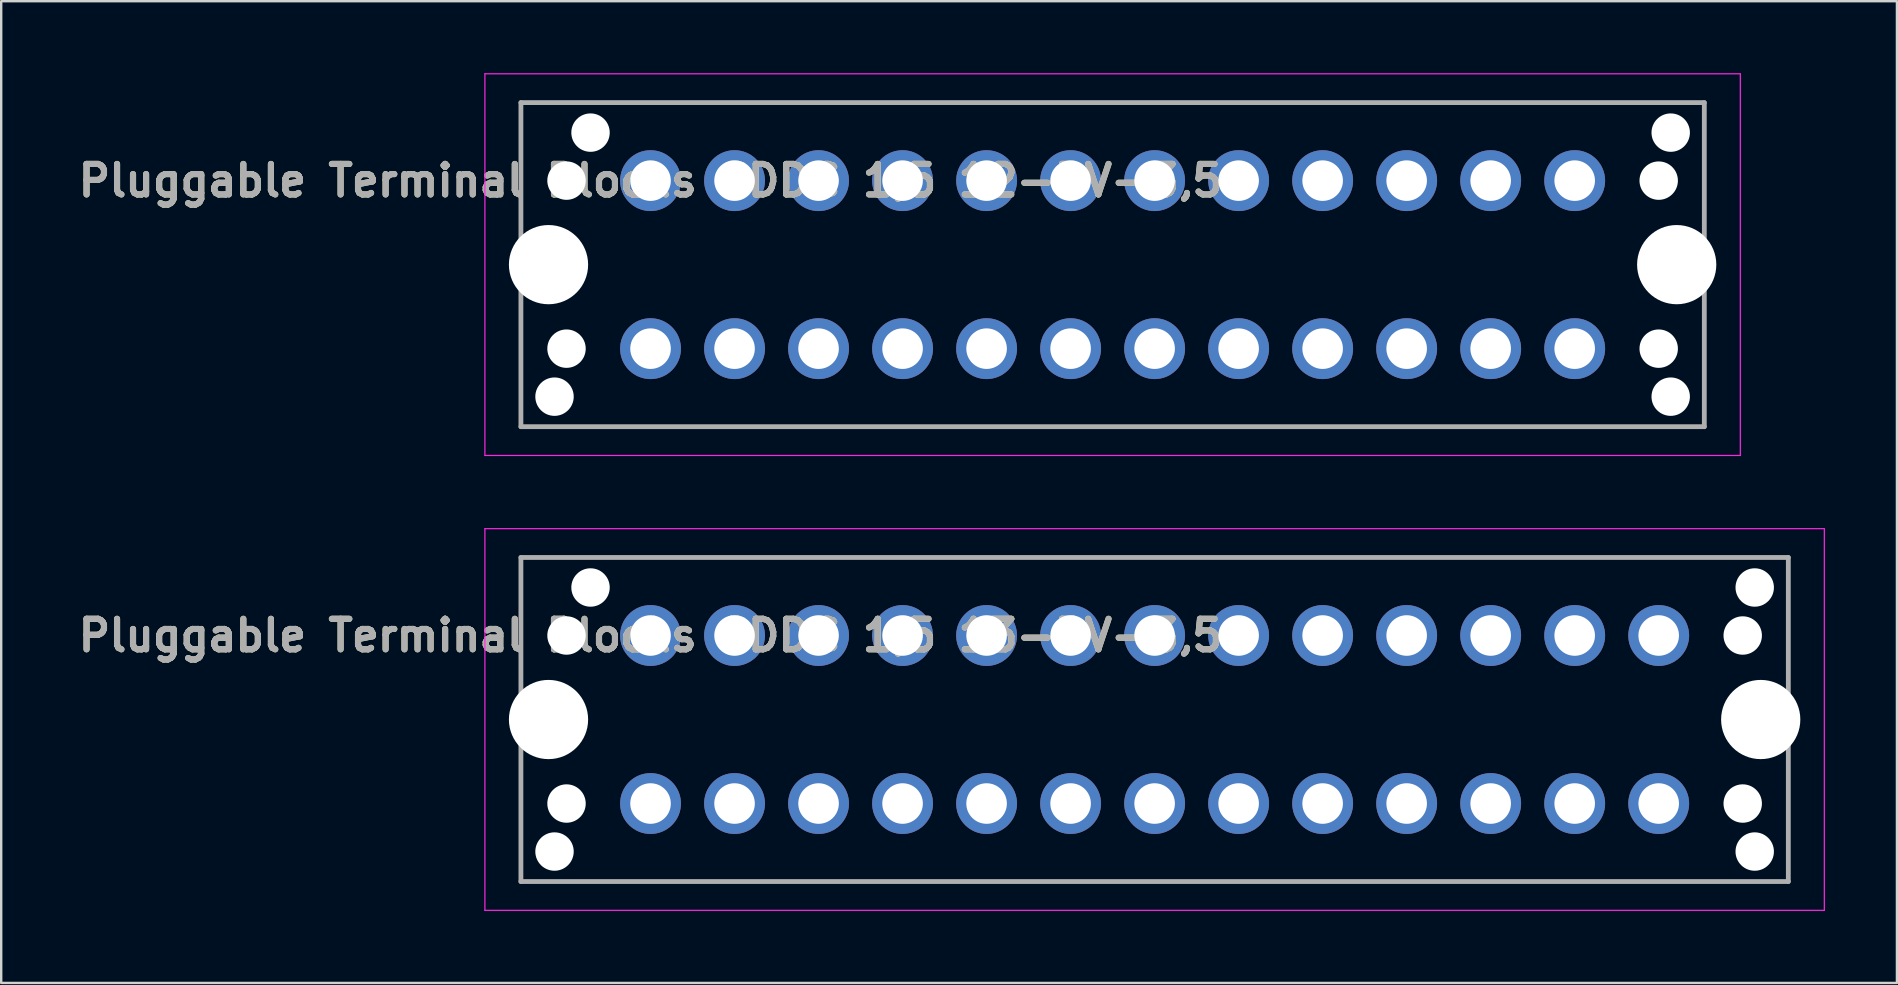
<source format=kicad_pcb>
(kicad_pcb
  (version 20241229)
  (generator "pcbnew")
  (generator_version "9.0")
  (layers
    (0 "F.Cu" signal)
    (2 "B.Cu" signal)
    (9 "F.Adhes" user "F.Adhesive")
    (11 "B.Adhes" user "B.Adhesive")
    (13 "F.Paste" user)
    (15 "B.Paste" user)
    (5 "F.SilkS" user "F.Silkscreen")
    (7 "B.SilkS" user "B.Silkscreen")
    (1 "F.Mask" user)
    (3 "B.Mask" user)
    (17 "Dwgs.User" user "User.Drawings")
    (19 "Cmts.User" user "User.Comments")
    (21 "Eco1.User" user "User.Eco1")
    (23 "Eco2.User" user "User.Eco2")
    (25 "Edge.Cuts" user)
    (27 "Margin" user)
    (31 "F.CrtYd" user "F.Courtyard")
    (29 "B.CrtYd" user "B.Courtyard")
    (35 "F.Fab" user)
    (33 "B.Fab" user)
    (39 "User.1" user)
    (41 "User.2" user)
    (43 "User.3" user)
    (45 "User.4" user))
  (footprint "Pluggable Terminal Blocks SDDC 1,5 12-PV-3,5"
    (layer "F.Cu")
    (at 24.051 4.475)
    (property "Reference" "Pluggable Terminal Blocks SDDC 1,5 12-PV-3,5" (at 0 0 0) (layer "F.SilkS") (effects (font (size 1.27 1.27) (thickness 0.254))))
    (attr through_hole)
    (fp_line (start -5.4 -3.25) (end 43.9 -3.25) (stroke (width 0.1) (type solid)) (layer "F.SilkS"))
    (fp_line (start 43.9 10.25) (end -5.4 10.25) (stroke (width 0.1) (type solid)) (layer "F.SilkS"))
    (fp_line (start -6.9 -4.45) (end 45.4 -4.45) (stroke (width 0.05) (type solid)) (layer "F.CrtYd"))
    (fp_line (start -6.9 11.45) (end -6.9 -4.45) (stroke (width 0.05) (type solid)) (layer "F.CrtYd"))
    (fp_line (start 45.4 -4.45) (end 45.4 11.45) (stroke (width 0.05) (type solid)) (layer "F.CrtYd"))
    (fp_line (start 45.4 11.45) (end -6.9 11.45) (stroke (width 0.05) (type solid)) (layer "F.CrtYd"))
    (fp_line (start -5.4 -3.25) (end 43.9 -3.25) (stroke (width 0.2) (type solid)) (layer "F.Fab"))
    (fp_line (start -5.4 10.25) (end -5.4 -3.25) (stroke (width 0.2) (type solid)) (layer "F.Fab"))
    (fp_line (start 43.9 -3.25) (end 43.9 10.25) (stroke (width 0.2) (type solid)) (layer "F.Fab"))
    (fp_line (start 43.9 10.25) (end -5.4 10.25) (stroke (width 0.2) (type solid)) (layer "F.Fab"))
    (fp_text user "${REFERENCE}" (at 0 0 0) (layer "F.Fab") (effects (font (size 1.27 1.27) (thickness 0.254))))
    (pad "" np_thru_hole circle (at -4.25 3.5) (size 3.3 3.3) (drill 3.3) (layers "*.Cu" "*.Mask"))
    (pad "" np_thru_hole circle (at -4 9) (size 1.6 1.6) (drill 1.6) (layers "*.Cu" "*.Mask"))
    (pad "" np_thru_hole circle (at -3.5 0) (size 1.6 1.6) (drill 1.6) (layers "*.Cu" "*.Mask"))
    (pad "" np_thru_hole circle (at -3.5 7) (size 1.6 1.6) (drill 1.6) (layers "*.Cu" "*.Mask"))
    (pad "" np_thru_hole circle (at -2.5 -2) (size 1.6 1.6) (drill 1.6) (layers "*.Cu" "*.Mask"))
    (pad "" np_thru_hole circle (at 42 0) (size 1.6 1.6) (drill 1.6) (layers "*.Cu" "*.Mask"))
    (pad "" np_thru_hole circle (at 42 7) (size 1.6 1.6) (drill 1.6) (layers "*.Cu" "*.Mask"))
    (pad "" np_thru_hole circle (at 42.5 -2) (size 1.6 1.6) (drill 1.6) (layers "*.Cu" "*.Mask"))
    (pad "" np_thru_hole circle (at 42.5 9) (size 1.6 1.6) (drill 1.6) (layers "*.Cu" "*.Mask"))
    (pad "" np_thru_hole circle (at 42.75 3.5) (size 3.3 3.3) (drill 3.3) (layers "*.Cu" "*.Mask"))
    (pad "1" thru_hole circle (at 0 0) (size 2.535 2.535) (drill 1.69) (layers "*.Cu" "*.Mask"))
    (pad "2" thru_hole circle (at 3.5 0) (size 2.535 2.535) (drill 1.69) (layers "*.Cu" "*.Mask"))
    (pad "3" thru_hole circle (at 7 0) (size 2.535 2.535) (drill 1.69) (layers "*.Cu" "*.Mask"))
    (pad "4" thru_hole circle (at 10.5 0) (size 2.535 2.535) (drill 1.69) (layers "*.Cu" "*.Mask"))
    (pad "5" thru_hole circle (at 14 0) (size 2.535 2.535) (drill 1.69) (layers "*.Cu" "*.Mask"))
    (pad "6" thru_hole circle (at 17.5 0) (size 2.535 2.535) (drill 1.69) (layers "*.Cu" "*.Mask"))
    (pad "7" thru_hole circle (at 21 0) (size 2.535 2.535) (drill 1.69) (layers "*.Cu" "*.Mask"))
    (pad "8" thru_hole circle (at 24.5 0) (size 2.535 2.535) (drill 1.69) (layers "*.Cu" "*.Mask"))
    (pad "9" thru_hole circle (at 28 0) (size 2.535 2.535) (drill 1.69) (layers "*.Cu" "*.Mask"))
    (pad "10" thru_hole circle (at 31.5 0) (size 2.535 2.535) (drill 1.69) (layers "*.Cu" "*.Mask"))
    (pad "11" thru_hole circle (at 35 0) (size 2.535 2.535) (drill 1.69) (layers "*.Cu" "*.Mask"))
    (pad "12" thru_hole circle (at 38.5 0) (size 2.535 2.535) (drill 1.69) (layers "*.Cu" "*.Mask"))
    (pad "13" thru_hole circle (at 0 7) (size 2.535 2.535) (drill 1.69) (layers "*.Cu" "*.Mask"))
    (pad "14" thru_hole circle (at 3.5 7) (size 2.535 2.535) (drill 1.69) (layers "*.Cu" "*.Mask"))
    (pad "15" thru_hole circle (at 7 7) (size 2.535 2.535) (drill 1.69) (layers "*.Cu" "*.Mask"))
    (pad "16" thru_hole circle (at 10.5 7) (size 2.535 2.535) (drill 1.69) (layers "*.Cu" "*.Mask"))
    (pad "17" thru_hole circle (at 14 7) (size 2.535 2.535) (drill 1.69) (layers "*.Cu" "*.Mask"))
    (pad "18" thru_hole circle (at 17.5 7) (size 2.535 2.535) (drill 1.69) (layers "*.Cu" "*.Mask"))
    (pad "19" thru_hole circle (at 21 7) (size 2.535 2.535) (drill 1.69) (layers "*.Cu" "*.Mask"))
    (pad "20" thru_hole circle (at 24.5 7) (size 2.535 2.535) (drill 1.69) (layers "*.Cu" "*.Mask"))
    (pad "21" thru_hole circle (at 28 7) (size 2.535 2.535) (drill 1.69) (layers "*.Cu" "*.Mask"))
    (pad "22" thru_hole circle (at 31.5 7) (size 2.535 2.535) (drill 1.69) (layers "*.Cu" "*.Mask"))
    (pad "23" thru_hole circle (at 35 7) (size 2.535 2.535) (drill 1.69) (layers "*.Cu" "*.Mask"))
    (pad "24" thru_hole circle (at 38.5 7) (size 2.535 2.535) (drill 1.69) (layers "*.Cu" "*.Mask")))
  (footprint "Pluggable Terminal Blocks SDDC 1,5 13-PV-3,5"
    (layer "F.Cu")
    (at 24.051 23.425)
    (property "Reference" "Pluggable Terminal Blocks SDDC 1,5 13-PV-3,5" (at 0 0 0) (layer "F.SilkS") (effects (font (size 1.27 1.27) (thickness 0.254))))
    (attr through_hole)
    (fp_line (start -5.4 -3.25) (end 47.4 -3.25) (stroke (width 0.1) (type solid)) (layer "F.SilkS"))
    (fp_line (start 47.4 10.25) (end -5.4 10.25) (stroke (width 0.1) (type solid)) (layer "F.SilkS"))
    (fp_line (start -6.9 -4.45) (end 48.9 -4.45) (stroke (width 0.05) (type solid)) (layer "F.CrtYd"))
    (fp_line (start -6.9 11.45) (end -6.9 -4.45) (stroke (width 0.05) (type solid)) (layer "F.CrtYd"))
    (fp_line (start 48.9 -4.45) (end 48.9 11.45) (stroke (width 0.05) (type solid)) (layer "F.CrtYd"))
    (fp_line (start 48.9 11.45) (end -6.9 11.45) (stroke (width 0.05) (type solid)) (layer "F.CrtYd"))
    (fp_line (start -5.4 -3.25) (end 47.4 -3.25) (stroke (width 0.2) (type solid)) (layer "F.Fab"))
    (fp_line (start -5.4 10.25) (end -5.4 -3.25) (stroke (width 0.2) (type solid)) (layer "F.Fab"))
    (fp_line (start 47.4 -3.25) (end 47.4 10.25) (stroke (width 0.2) (type solid)) (layer "F.Fab"))
    (fp_line (start 47.4 10.25) (end -5.4 10.25) (stroke (width 0.2) (type solid)) (layer "F.Fab"))
    (fp_text user "${REFERENCE}" (at 0 0 0) (layer "F.Fab") (effects (font (size 1.27 1.27) (thickness 0.254))))
    (pad "" np_thru_hole circle (at -4.25 3.5) (size 3.3 3.3) (drill 3.3) (layers "*.Cu" "*.Mask"))
    (pad "" np_thru_hole circle (at -4 9) (size 1.6 1.6) (drill 1.6) (layers "*.Cu" "*.Mask"))
    (pad "" np_thru_hole circle (at -3.5 0) (size 1.6 1.6) (drill 1.6) (layers "*.Cu" "*.Mask"))
    (pad "" np_thru_hole circle (at -3.5 7) (size 1.6 1.6) (drill 1.6) (layers "*.Cu" "*.Mask"))
    (pad "" np_thru_hole circle (at -2.5 -2) (size 1.6 1.6) (drill 1.6) (layers "*.Cu" "*.Mask"))
    (pad "" np_thru_hole circle (at 45.5 0) (size 1.6 1.6) (drill 1.6) (layers "*.Cu" "*.Mask"))
    (pad "" np_thru_hole circle (at 45.5 7) (size 1.6 1.6) (drill 1.6) (layers "*.Cu" "*.Mask"))
    (pad "" np_thru_hole circle (at 46 -2) (size 1.6 1.6) (drill 1.6) (layers "*.Cu" "*.Mask"))
    (pad "" np_thru_hole circle (at 46 9) (size 1.6 1.6) (drill 1.6) (layers "*.Cu" "*.Mask"))
    (pad "" np_thru_hole circle (at 46.25 3.5) (size 3.3 3.3) (drill 3.3) (layers "*.Cu" "*.Mask"))
    (pad "1" thru_hole circle (at 0 0) (size 2.535 2.535) (drill 1.69) (layers "*.Cu" "*.Mask"))
    (pad "2" thru_hole circle (at 3.5 0) (size 2.535 2.535) (drill 1.69) (layers "*.Cu" "*.Mask"))
    (pad "3" thru_hole circle (at 7 0) (size 2.535 2.535) (drill 1.69) (layers "*.Cu" "*.Mask"))
    (pad "4" thru_hole circle (at 10.5 0) (size 2.535 2.535) (drill 1.69) (layers "*.Cu" "*.Mask"))
    (pad "5" thru_hole circle (at 14 0) (size 2.535 2.535) (drill 1.69) (layers "*.Cu" "*.Mask"))
    (pad "6" thru_hole circle (at 17.5 0) (size 2.535 2.535) (drill 1.69) (layers "*.Cu" "*.Mask"))
    (pad "7" thru_hole circle (at 21 0) (size 2.535 2.535) (drill 1.69) (layers "*.Cu" "*.Mask"))
    (pad "8" thru_hole circle (at 24.5 0) (size 2.535 2.535) (drill 1.69) (layers "*.Cu" "*.Mask"))
    (pad "9" thru_hole circle (at 28 0) (size 2.535 2.535) (drill 1.69) (layers "*.Cu" "*.Mask"))
    (pad "10" thru_hole circle (at 31.5 0) (size 2.535 2.535) (drill 1.69) (layers "*.Cu" "*.Mask"))
    (pad "11" thru_hole circle (at 35 0) (size 2.535 2.535) (drill 1.69) (layers "*.Cu" "*.Mask"))
    (pad "12" thru_hole circle (at 38.5 0) (size 2.535 2.535) (drill 1.69) (layers "*.Cu" "*.Mask"))
    (pad "13" thru_hole circle (at 42 0) (size 2.535 2.535) (drill 1.69) (layers "*.Cu" "*.Mask"))
    (pad "14" thru_hole circle (at 0 7) (size 2.535 2.535) (drill 1.69) (layers "*.Cu" "*.Mask"))
    (pad "15" thru_hole circle (at 3.5 7) (size 2.535 2.535) (drill 1.69) (layers "*.Cu" "*.Mask"))
    (pad "16" thru_hole circle (at 7 7) (size 2.535 2.535) (drill 1.69) (layers "*.Cu" "*.Mask"))
    (pad "17" thru_hole circle (at 10.5 7) (size 2.535 2.535) (drill 1.69) (layers "*.Cu" "*.Mask"))
    (pad "18" thru_hole circle (at 14 7) (size 2.535 2.535) (drill 1.69) (layers "*.Cu" "*.Mask"))
    (pad "19" thru_hole circle (at 17.5 7) (size 2.535 2.535) (drill 1.69) (layers "*.Cu" "*.Mask"))
    (pad "20" thru_hole circle (at 21 7) (size 2.535 2.535) (drill 1.69) (layers "*.Cu" "*.Mask"))
    (pad "21" thru_hole circle (at 24.5 7) (size 2.535 2.535) (drill 1.69) (layers "*.Cu" "*.Mask"))
    (pad "22" thru_hole circle (at 28 7) (size 2.535 2.535) (drill 1.69) (layers "*.Cu" "*.Mask"))
    (pad "23" thru_hole circle (at 31.5 7) (size 2.535 2.535) (drill 1.69) (layers "*.Cu" "*.Mask"))
    (pad "24" thru_hole circle (at 35 7) (size 2.535 2.535) (drill 1.69) (layers "*.Cu" "*.Mask"))
    (pad "25" thru_hole circle (at 38.5 7) (size 2.535 2.535) (drill 1.69) (layers "*.Cu" "*.Mask"))
    (pad "26" thru_hole circle (at 42 7) (size 2.535 2.535) (drill 1.69) (layers "*.Cu" "*.Mask")))
  (gr_rect
    (start -3 -3)
    (end 75.976 37.9)
    (stroke (width 0.1) (type default))
    (fill no)
    (layer "Edge.Cuts")))
</source>
